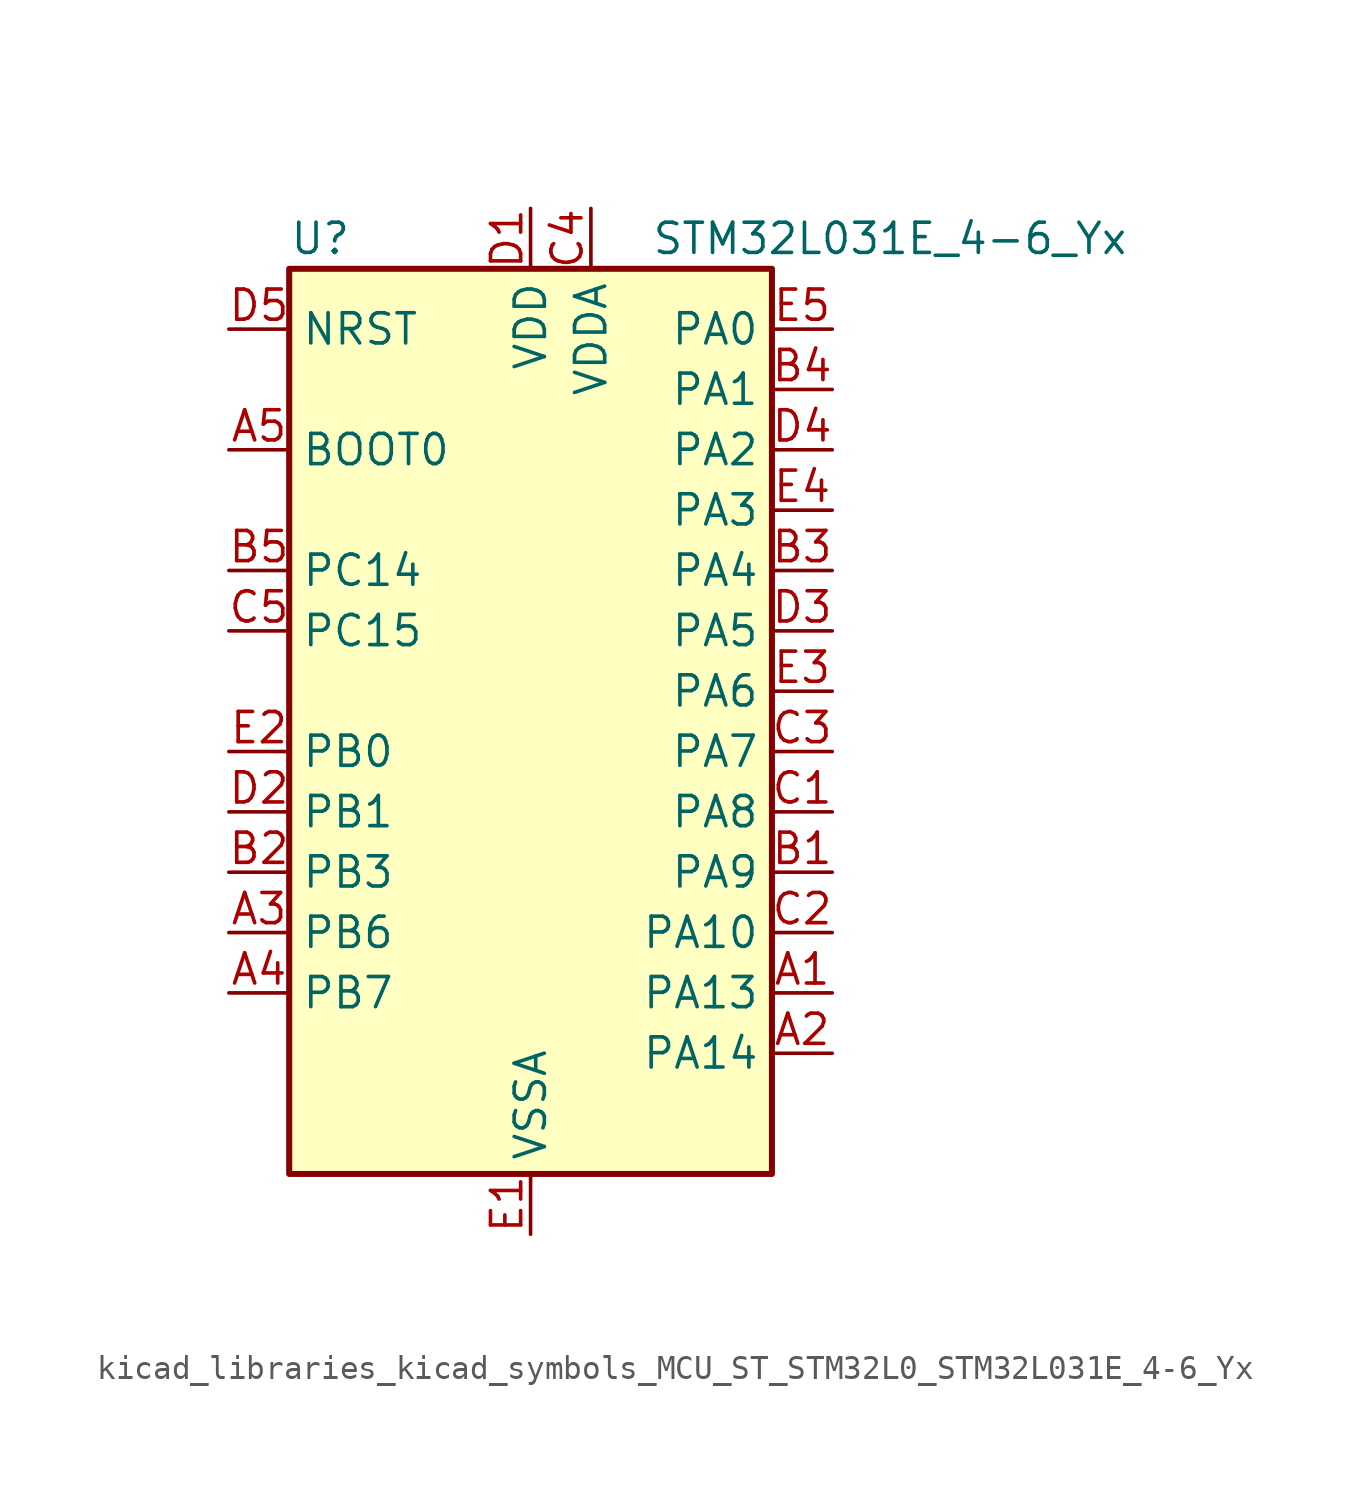
<source format=kicad_sym>
(kicad_symbol_lib
  (version 20220914)
  (generator kicad_symbol_editor)
  (symbol "kicad_libraries_kicad_symbols_MCU_ST_STM32L0_STM32L031E_4-6_Yx"
    (property "Reference" "U"
      (at -10.16 21.59 0)
      (effects (font (size 1.27 1.27)) (justify left)))
    (property "Value" "STM32L031E_4-6_Yx"
      (at 5.08 21.59 0)
      (effects (font (size 1.27 1.27)) (justify left)))
    (property "ki_locked" ""
      (at 0 0 0)
      (effects (font (size 1.27 1.27))))
    (symbol "kicad_libraries_kicad_symbols_MCU_ST_STM32L0_STM32L031E_4-6_Yx_0_1"
      (rectangle (start -10.16 -17.78) (end 10.16 20.32) (stroke (width 0.254) (type default)) (fill (type background))))
    (symbol "kicad_libraries_kicad_symbols_MCU_ST_STM32L0_STM32L031E_4-6_Yx_1_1"
      (pin bidirectional line (at 12.7 -10.16 180) (length 2.54) (name "PA13" (effects (font (size 1.27 1.27)))) (number "A1" (effects (font (size 1.27 1.27)))) (alternate "LPTIM1_ETR" bidirectional line) (alternate "LPUART1_RX" bidirectional line) (alternate "SYS_SWDIO" bidirectional line))
      (pin bidirectional line (at 12.7 -12.7 180) (length 2.54) (name "PA14" (effects (font (size 1.27 1.27)))) (number "A2" (effects (font (size 1.27 1.27)))) (alternate "I2C1_SMBA" bidirectional line) (alternate "LPTIM1_OUT" bidirectional line) (alternate "LPUART1_TX" bidirectional line) (alternate "SYS_SWCLK" bidirectional line) (alternate "USART2_TX" bidirectional line))
      (pin bidirectional line (at -12.7 -7.62 0) (length 2.54) (name "PB6" (effects (font (size 1.27 1.27)))) (number "A3" (effects (font (size 1.27 1.27)))) (alternate "COMP2_INP" bidirectional line) (alternate "I2C1_SCL" bidirectional line) (alternate "LPTIM1_ETR" bidirectional line) (alternate "TIM21_CH1" bidirectional line) (alternate "USART2_TX" bidirectional line))
      (pin bidirectional line (at -12.7 -10.16 0) (length 2.54) (name "PB7" (effects (font (size 1.27 1.27)))) (number "A4" (effects (font (size 1.27 1.27)))) (alternate "COMP2_INP" bidirectional line) (alternate "I2C1_SDA" bidirectional line) (alternate "LPTIM1_IN2" bidirectional line) (alternate "SYS_PVD_IN" bidirectional line) (alternate "USART2_RX" bidirectional line))
      (pin input line (at -12.7 12.7 0) (length 2.54) (name "BOOT0" (effects (font (size 1.27 1.27)))) (number "A5" (effects (font (size 1.27 1.27)))))
      (pin bidirectional line (at 12.7 -5.08 180) (length 2.54) (name "PA9" (effects (font (size 1.27 1.27)))) (number "B1" (effects (font (size 1.27 1.27)))) (alternate "I2C1_SCL" bidirectional line) (alternate "RCC_MCO" bidirectional line) (alternate "TIM22_CH1" bidirectional line) (alternate "USART2_TX" bidirectional line))
      (pin bidirectional line (at -12.7 -5.08 0) (length 2.54) (name "PB3" (effects (font (size 1.27 1.27)))) (number "B2" (effects (font (size 1.27 1.27)))) (alternate "COMP2_INM" bidirectional line) (alternate "SPI1_SCK" bidirectional line) (alternate "TIM2_CH2" bidirectional line))
      (pin bidirectional line (at 12.7 7.62 180) (length 2.54) (name "PA4" (effects (font (size 1.27 1.27)))) (number "B3" (effects (font (size 1.27 1.27)))) (alternate "ADC_IN4" bidirectional line) (alternate "COMP1_INM" bidirectional line) (alternate "COMP2_INM" bidirectional line) (alternate "LPTIM1_IN1" bidirectional line) (alternate "SPI1_NSS" bidirectional line) (alternate "TIM22_ETR" bidirectional line) (alternate "USART2_CK" bidirectional line))
      (pin bidirectional line (at 12.7 15.24 180) (length 2.54) (name "PA1" (effects (font (size 1.27 1.27)))) (number "B4" (effects (font (size 1.27 1.27)))) (alternate "ADC_IN1" bidirectional line) (alternate "COMP1_INP" bidirectional line) (alternate "I2C1_SMBA" bidirectional line) (alternate "LPTIM1_IN2" bidirectional line) (alternate "TIM21_ETR" bidirectional line) (alternate "TIM2_CH2" bidirectional line) (alternate "USART2_DE" bidirectional line) (alternate "USART2_RTS" bidirectional line))
      (pin bidirectional line (at -12.7 7.62 0) (length 2.54) (name "PC14" (effects (font (size 1.27 1.27)))) (number "B5" (effects (font (size 1.27 1.27)))) (alternate "RCC_OSC32_IN" bidirectional line))
      (pin bidirectional line (at 12.7 -2.54 180) (length 2.54) (name "PA8" (effects (font (size 1.27 1.27)))) (number "C1" (effects (font (size 1.27 1.27)))) (alternate "LPTIM1_IN1" bidirectional line) (alternate "RCC_MCO" bidirectional line) (alternate "TIM2_CH1" bidirectional line) (alternate "USART2_CK" bidirectional line))
      (pin bidirectional line (at 12.7 -7.62 180) (length 2.54) (name "PA10" (effects (font (size 1.27 1.27)))) (number "C2" (effects (font (size 1.27 1.27)))) (alternate "I2C1_SDA" bidirectional line) (alternate "TIM22_CH2" bidirectional line) (alternate "USART2_RX" bidirectional line))
      (pin bidirectional line (at 12.7 0 180) (length 2.54) (name "PA7" (effects (font (size 1.27 1.27)))) (number "C3" (effects (font (size 1.27 1.27)))) (alternate "ADC_IN7" bidirectional line) (alternate "COMP2_OUT" bidirectional line) (alternate "LPTIM1_OUT" bidirectional line) (alternate "SPI1_MOSI" bidirectional line) (alternate "TIM22_CH2" bidirectional line) (alternate "USART2_CTS" bidirectional line))
      (pin power_in line (at 2.54 22.86 270) (length 2.54) (name "VDDA" (effects (font (size 1.27 1.27)))) (number "C4" (effects (font (size 1.27 1.27)))))
      (pin bidirectional line (at -12.7 5.08 0) (length 2.54) (name "PC15" (effects (font (size 1.27 1.27)))) (number "C5" (effects (font (size 1.27 1.27)))) (alternate "RCC_OSC32_OUT" bidirectional line))
      (pin power_in line (at 0 22.86 270) (length 2.54) (name "VDD" (effects (font (size 1.27 1.27)))) (number "D1" (effects (font (size 1.27 1.27)))))
      (pin bidirectional line (at -12.7 -2.54 0) (length 2.54) (name "PB1" (effects (font (size 1.27 1.27)))) (number "D2" (effects (font (size 1.27 1.27)))) (alternate "ADC_IN9" bidirectional line) (alternate "LPUART1_DE" bidirectional line) (alternate "LPUART1_RTS" bidirectional line) (alternate "SPI1_MOSI" bidirectional line) (alternate "SYS_VREF_OUT_PB1" bidirectional line) (alternate "TIM2_CH4" bidirectional line) (alternate "USART2_CK" bidirectional line))
      (pin bidirectional line (at 12.7 5.08 180) (length 2.54) (name "PA5" (effects (font (size 1.27 1.27)))) (number "D3" (effects (font (size 1.27 1.27)))) (alternate "ADC_IN5" bidirectional line) (alternate "COMP1_INM" bidirectional line) (alternate "COMP2_INM" bidirectional line) (alternate "LPTIM1_IN2" bidirectional line) (alternate "SPI1_SCK" bidirectional line) (alternate "TIM2_CH1" bidirectional line) (alternate "TIM2_ETR" bidirectional line))
      (pin bidirectional line (at 12.7 12.7 180) (length 2.54) (name "PA2" (effects (font (size 1.27 1.27)))) (number "D4" (effects (font (size 1.27 1.27)))) (alternate "ADC_IN2" bidirectional line) (alternate "COMP2_INM" bidirectional line) (alternate "COMP2_OUT" bidirectional line) (alternate "LPUART1_TX" bidirectional line) (alternate "RTC_OUT_ALARM" bidirectional line) (alternate "RTC_OUT_CALIB" bidirectional line) (alternate "RTC_TAMP3" bidirectional line) (alternate "RTC_TS" bidirectional line) (alternate "SYS_WKUP3" bidirectional line) (alternate "TIM21_CH1" bidirectional line) (alternate "TIM2_CH3" bidirectional line) (alternate "USART2_TX" bidirectional line))
      (pin input line (at -12.7 17.78 0) (length 2.54) (name "NRST" (effects (font (size 1.27 1.27)))) (number "D5" (effects (font (size 1.27 1.27)))))
      (pin power_in line (at 0 -20.32 90) (length 2.54) (name "VSSA" (effects (font (size 1.27 1.27)))) (number "E1" (effects (font (size 1.27 1.27)))))
      (pin bidirectional line (at -12.7 0 0) (length 2.54) (name "PB0" (effects (font (size 1.27 1.27)))) (number "E2" (effects (font (size 1.27 1.27)))) (alternate "ADC_IN8" bidirectional line) (alternate "SPI1_MISO" bidirectional line) (alternate "SYS_VREF_OUT_PB0" bidirectional line) (alternate "TIM2_CH3" bidirectional line) (alternate "USART2_DE" bidirectional line) (alternate "USART2_RTS" bidirectional line))
      (pin bidirectional line (at 12.7 2.54 180) (length 2.54) (name "PA6" (effects (font (size 1.27 1.27)))) (number "E3" (effects (font (size 1.27 1.27)))) (alternate "ADC_IN6" bidirectional line) (alternate "COMP1_OUT" bidirectional line) (alternate "LPTIM1_ETR" bidirectional line) (alternate "LPUART1_CTS" bidirectional line) (alternate "SPI1_MISO" bidirectional line) (alternate "TIM22_CH1" bidirectional line))
      (pin bidirectional line (at 12.7 10.16 180) (length 2.54) (name "PA3" (effects (font (size 1.27 1.27)))) (number "E4" (effects (font (size 1.27 1.27)))) (alternate "ADC_IN3" bidirectional line) (alternate "COMP2_INP" bidirectional line) (alternate "LPUART1_RX" bidirectional line) (alternate "TIM21_CH2" bidirectional line) (alternate "TIM2_CH4" bidirectional line) (alternate "USART2_RX" bidirectional line))
      (pin bidirectional line (at 12.7 17.78 180) (length 2.54) (name "PA0" (effects (font (size 1.27 1.27)))) (number "E5" (effects (font (size 1.27 1.27)))) (alternate "ADC_IN0" bidirectional line) (alternate "COMP1_INM" bidirectional line) (alternate "COMP1_OUT" bidirectional line) (alternate "LPTIM1_IN1" bidirectional line) (alternate "RCC_CK_IN" bidirectional line) (alternate "RTC_TAMP2" bidirectional line) (alternate "SYS_WKUP1" bidirectional line) (alternate "TIM2_CH1" bidirectional line) (alternate "TIM2_ETR" bidirectional line) (alternate "USART2_CTS" bidirectional line)))))
</source>
